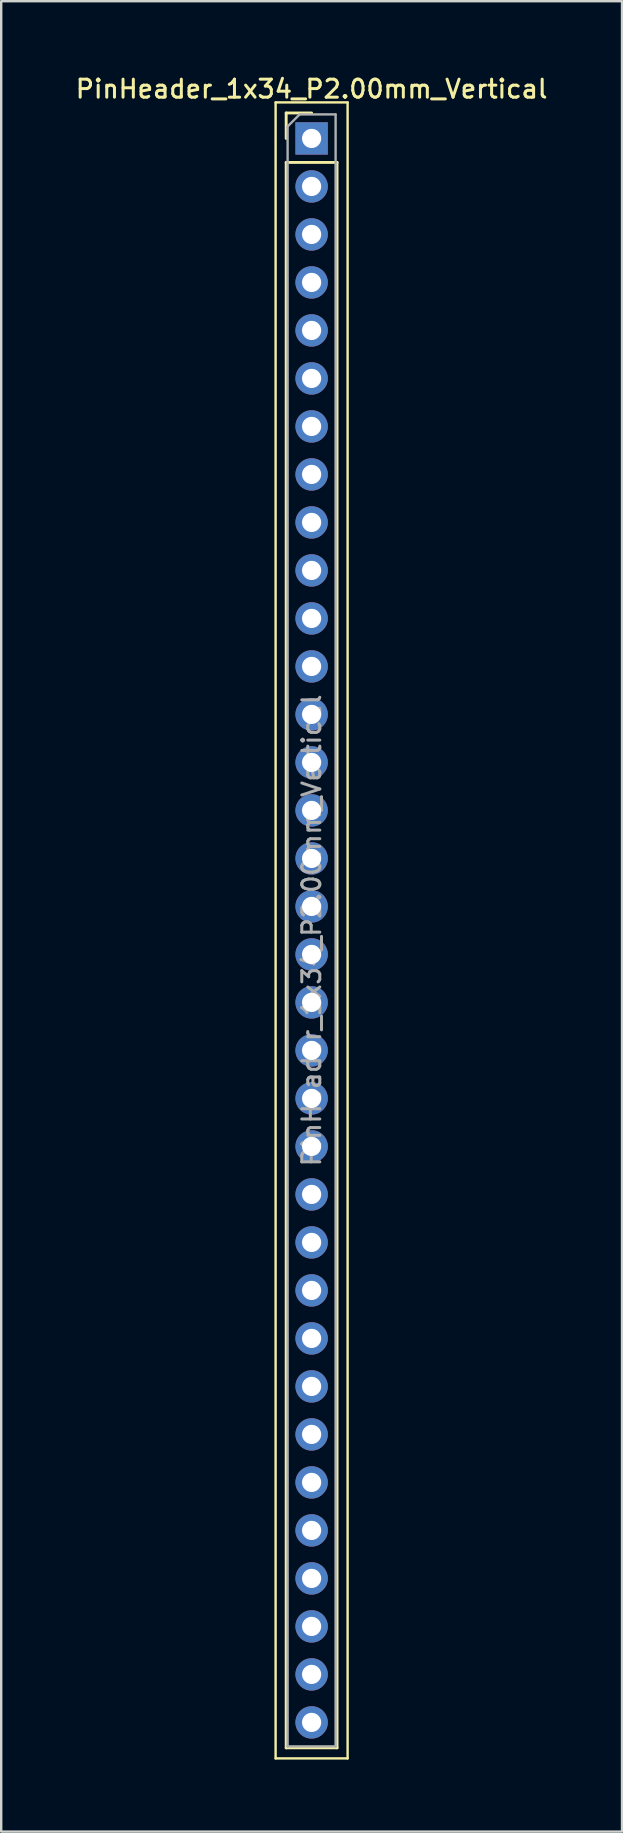
<source format=kicad_pcb>
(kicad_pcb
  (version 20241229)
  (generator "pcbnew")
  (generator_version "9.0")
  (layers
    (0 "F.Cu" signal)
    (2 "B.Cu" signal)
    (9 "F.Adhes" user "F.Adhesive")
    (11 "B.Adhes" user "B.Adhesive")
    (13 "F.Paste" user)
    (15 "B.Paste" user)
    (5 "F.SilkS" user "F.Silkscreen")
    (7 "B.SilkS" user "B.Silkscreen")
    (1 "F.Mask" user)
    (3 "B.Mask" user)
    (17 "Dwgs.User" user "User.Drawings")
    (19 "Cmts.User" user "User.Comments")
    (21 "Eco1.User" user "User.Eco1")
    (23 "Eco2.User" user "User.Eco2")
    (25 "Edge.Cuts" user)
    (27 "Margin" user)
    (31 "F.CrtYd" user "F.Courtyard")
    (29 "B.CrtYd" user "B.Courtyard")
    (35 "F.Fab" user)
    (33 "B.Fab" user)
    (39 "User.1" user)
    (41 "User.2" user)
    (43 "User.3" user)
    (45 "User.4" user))
  (footprint "PinHeader_1x34_P2.00mm_Vertical"
    (layer "F.Cu")
    (at 9.934 2.718)
    (property "Reference" "PinHeader_1x34_P2.00mm_Vertical" (at 0 -2.06 0) (layer "F.SilkS") (effects (font (size 0.75 0.75) (thickness 0.125))))
    (attr through_hole)
    (fp_line (start -1.5 -1.5) (end -1.5 67.5) (stroke (width 0.1) (type solid)) (layer "F.SilkS"))
    (fp_line (start -1.5 67.5) (end 1.5 67.5) (stroke (width 0.1) (type solid)) (layer "F.SilkS"))
    (fp_line (start -1.06 -1.06) (end 0 -1.06) (stroke (width 0.12) (type solid)) (layer "F.SilkS"))
    (fp_line (start -1.06 0) (end -1.06 -1.06) (stroke (width 0.12) (type solid)) (layer "F.SilkS"))
    (fp_line (start -1.06 1) (end -1.06 67.06) (stroke (width 0.12) (type solid)) (layer "F.SilkS"))
    (fp_line (start -1.06 1) (end 1.06 1) (stroke (width 0.12) (type solid)) (layer "F.SilkS"))
    (fp_line (start -1.06 67.06) (end 1.06 67.06) (stroke (width 0.12) (type solid)) (layer "F.SilkS"))
    (fp_line (start 1.06 1) (end 1.06 67.06) (stroke (width 0.12) (type solid)) (layer "F.SilkS"))
    (fp_line (start 1.5 -1.5) (end -1.5 -1.5) (stroke (width 0.1) (type solid)) (layer "F.SilkS"))
    (fp_line (start 1.5 67.5) (end 1.5 -1.5) (stroke (width 0.1) (type solid)) (layer "F.SilkS"))
    (fp_line (start -1 -0.5) (end -0.5 -1) (stroke (width 0.1) (type solid)) (layer "F.Fab"))
    (fp_line (start -1 67) (end -1 -0.5) (stroke (width 0.1) (type solid)) (layer "F.Fab"))
    (fp_line (start -0.5 -1) (end 1 -1) (stroke (width 0.1) (type solid)) (layer "F.Fab"))
    (fp_line (start 1 -1) (end 1 67) (stroke (width 0.1) (type solid)) (layer "F.Fab"))
    (fp_line (start 1 67) (end -1 67) (stroke (width 0.1) (type solid)) (layer "F.Fab"))
    (fp_text user "${REFERENCE}" (at 0 33 90) (layer "F.Fab") (effects (font (size 0.75 0.75) (thickness 0.125))))
    (pad "1" thru_hole rect (at 0 0) (size 1.35 1.35) (drill 0.8) (layers "*.Cu" "*.Mask"))
    (pad "2" thru_hole oval (at 0 2) (size 1.35 1.35) (drill 0.8) (layers "*.Cu" "*.Mask"))
    (pad "3" thru_hole oval (at 0 4) (size 1.35 1.35) (drill 0.8) (layers "*.Cu" "*.Mask"))
    (pad "4" thru_hole oval (at 0 6) (size 1.35 1.35) (drill 0.8) (layers "*.Cu" "*.Mask"))
    (pad "5" thru_hole oval (at 0 8) (size 1.35 1.35) (drill 0.8) (layers "*.Cu" "*.Mask"))
    (pad "6" thru_hole oval (at 0 10) (size 1.35 1.35) (drill 0.8) (layers "*.Cu" "*.Mask"))
    (pad "7" thru_hole oval (at 0 12) (size 1.35 1.35) (drill 0.8) (layers "*.Cu" "*.Mask"))
    (pad "8" thru_hole oval (at 0 14) (size 1.35 1.35) (drill 0.8) (layers "*.Cu" "*.Mask"))
    (pad "9" thru_hole oval (at 0 16) (size 1.35 1.35) (drill 0.8) (layers "*.Cu" "*.Mask"))
    (pad "10" thru_hole oval (at 0 18) (size 1.35 1.35) (drill 0.8) (layers "*.Cu" "*.Mask"))
    (pad "11" thru_hole oval (at 0 20) (size 1.35 1.35) (drill 0.8) (layers "*.Cu" "*.Mask"))
    (pad "12" thru_hole oval (at 0 22) (size 1.35 1.35) (drill 0.8) (layers "*.Cu" "*.Mask"))
    (pad "13" thru_hole oval (at 0 24) (size 1.35 1.35) (drill 0.8) (layers "*.Cu" "*.Mask"))
    (pad "14" thru_hole oval (at 0 26) (size 1.35 1.35) (drill 0.8) (layers "*.Cu" "*.Mask"))
    (pad "15" thru_hole oval (at 0 28) (size 1.35 1.35) (drill 0.8) (layers "*.Cu" "*.Mask"))
    (pad "16" thru_hole oval (at 0 30) (size 1.35 1.35) (drill 0.8) (layers "*.Cu" "*.Mask"))
    (pad "17" thru_hole oval (at 0 32) (size 1.35 1.35) (drill 0.8) (layers "*.Cu" "*.Mask"))
    (pad "18" thru_hole oval (at 0 34) (size 1.35 1.35) (drill 0.8) (layers "*.Cu" "*.Mask"))
    (pad "19" thru_hole oval (at 0 36) (size 1.35 1.35) (drill 0.8) (layers "*.Cu" "*.Mask"))
    (pad "20" thru_hole oval (at 0 38) (size 1.35 1.35) (drill 0.8) (layers "*.Cu" "*.Mask"))
    (pad "21" thru_hole oval (at 0 40) (size 1.35 1.35) (drill 0.8) (layers "*.Cu" "*.Mask"))
    (pad "22" thru_hole oval (at 0 42) (size 1.35 1.35) (drill 0.8) (layers "*.Cu" "*.Mask"))
    (pad "23" thru_hole oval (at 0 44) (size 1.35 1.35) (drill 0.8) (layers "*.Cu" "*.Mask"))
    (pad "24" thru_hole oval (at 0 46) (size 1.35 1.35) (drill 0.8) (layers "*.Cu" "*.Mask"))
    (pad "25" thru_hole oval (at 0 48) (size 1.35 1.35) (drill 0.8) (layers "*.Cu" "*.Mask"))
    (pad "26" thru_hole oval (at 0 50) (size 1.35 1.35) (drill 0.8) (layers "*.Cu" "*.Mask"))
    (pad "27" thru_hole oval (at 0 52) (size 1.35 1.35) (drill 0.8) (layers "*.Cu" "*.Mask"))
    (pad "28" thru_hole oval (at 0 54) (size 1.35 1.35) (drill 0.8) (layers "*.Cu" "*.Mask"))
    (pad "29" thru_hole oval (at 0 56) (size 1.35 1.35) (drill 0.8) (layers "*.Cu" "*.Mask"))
    (pad "30" thru_hole oval (at 0 58) (size 1.35 1.35) (drill 0.8) (layers "*.Cu" "*.Mask"))
    (pad "31" thru_hole oval (at 0 60) (size 1.35 1.35) (drill 0.8) (layers "*.Cu" "*.Mask"))
    (pad "32" thru_hole oval (at 0 62) (size 1.35 1.35) (drill 0.8) (layers "*.Cu" "*.Mask"))
    (pad "33" thru_hole oval (at 0 64) (size 1.35 1.35) (drill 0.8) (layers "*.Cu" "*.Mask"))
    (pad "34" thru_hole oval (at 0 66) (size 1.35 1.35) (drill 0.8) (layers "*.Cu" "*.Mask")))
  (gr_rect
    (start -3 -3)
    (end 22.868 73.268)
    (stroke (width 0.1) (type default))
    (fill no)
    (layer "Edge.Cuts")))
</source>
